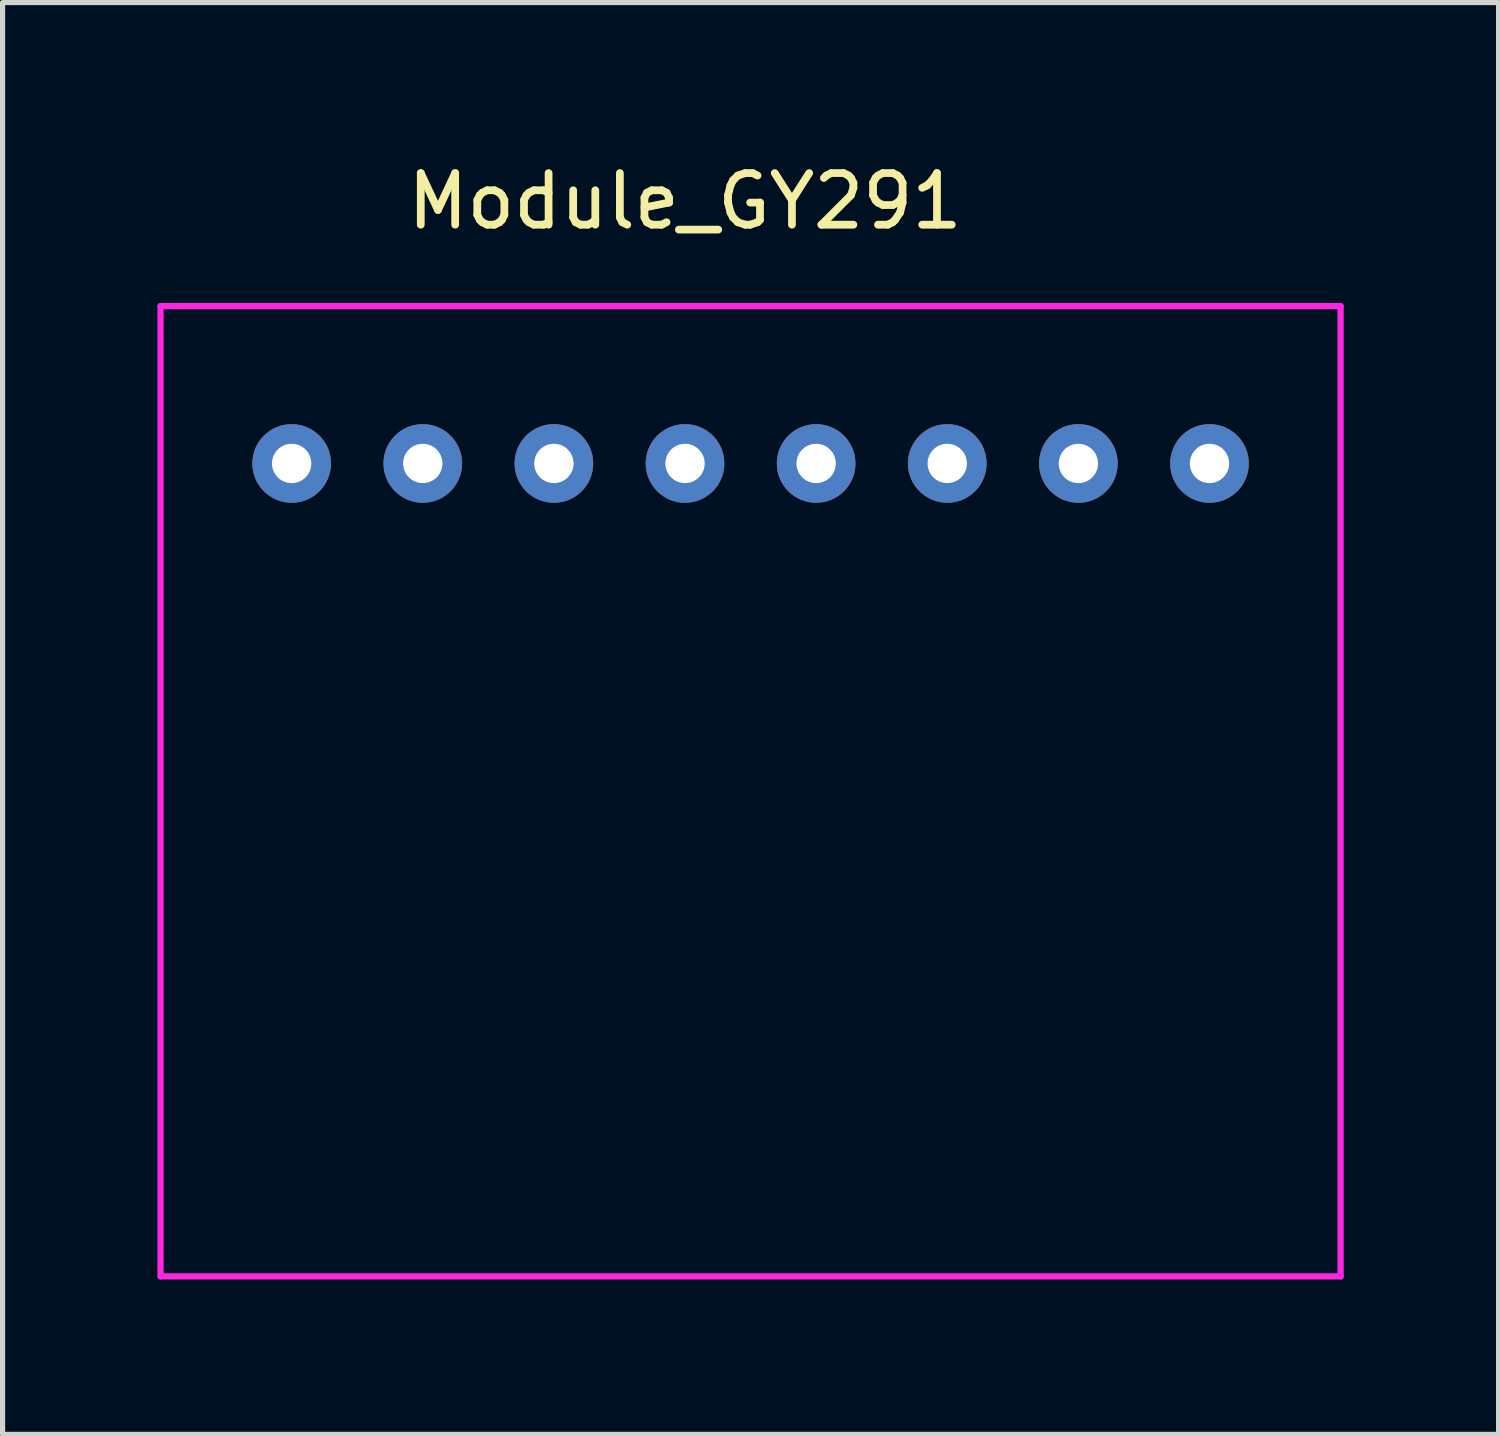
<source format=kicad_pcb>
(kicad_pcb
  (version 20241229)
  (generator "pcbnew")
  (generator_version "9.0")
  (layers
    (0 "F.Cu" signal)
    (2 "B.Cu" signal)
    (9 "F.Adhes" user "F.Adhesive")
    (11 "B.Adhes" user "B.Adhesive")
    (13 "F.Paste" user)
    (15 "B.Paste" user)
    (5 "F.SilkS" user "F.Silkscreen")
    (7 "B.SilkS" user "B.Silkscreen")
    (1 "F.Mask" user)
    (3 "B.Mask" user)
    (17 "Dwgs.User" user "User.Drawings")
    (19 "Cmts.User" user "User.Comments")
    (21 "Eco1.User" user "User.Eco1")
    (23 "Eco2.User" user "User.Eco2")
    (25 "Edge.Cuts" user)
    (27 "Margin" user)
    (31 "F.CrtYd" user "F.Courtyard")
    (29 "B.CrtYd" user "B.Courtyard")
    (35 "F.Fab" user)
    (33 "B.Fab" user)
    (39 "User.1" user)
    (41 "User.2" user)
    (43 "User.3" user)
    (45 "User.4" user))
  (footprint "Module_GY291"
    (layer "F.Cu")
    (at 2.6 5.928)
    (property "Reference" "Module_GY291" (at 7.62 -5.08 0) (layer "F.SilkS") (effects (font (size 1 1) (thickness 0.15))))
    (attr through_hole)
    (fp_line (start -2.54 -3.048) (end 20.32 -3.048) (stroke (width 0.12) (type solid)) (layer "F.CrtYd"))
    (fp_line (start -2.54 15.748) (end -2.54 -3.048) (stroke (width 0.12) (type solid)) (layer "F.CrtYd"))
    (fp_line (start 20.32 -3.048) (end 20.32 15.748) (stroke (width 0.12) (type solid)) (layer "F.CrtYd"))
    (fp_line (start 20.32 15.748) (end -2.54 15.748) (stroke (width 0.12) (type solid)) (layer "F.CrtYd"))
    (pad "1" thru_hole circle (at 17.78 0) (size 1.524 1.524) (drill 0.762) (layers "*.Cu" "*.Mask"))
    (pad "2" thru_hole circle (at 15.24 0) (size 1.524 1.524) (drill 0.762) (layers "*.Cu" "*.Mask"))
    (pad "3" thru_hole circle (at 12.7 0) (size 1.524 1.524) (drill 0.762) (layers "*.Cu" "*.Mask"))
    (pad "4" thru_hole circle (at 10.16 0) (size 1.524 1.524) (drill 0.762) (layers "*.Cu" "*.Mask"))
    (pad "5" thru_hole circle (at 7.62 0) (size 1.524 1.524) (drill 0.762) (layers "*.Cu" "*.Mask"))
    (pad "6" thru_hole circle (at 5.08 0) (size 1.524 1.524) (drill 0.762) (layers "*.Cu" "*.Mask"))
    (pad "7" thru_hole circle (at 2.54 0) (size 1.524 1.524) (drill 0.762) (layers "*.Cu" "*.Mask"))
    (pad "8" thru_hole circle (at 0 0) (size 1.524 1.524) (drill 0.762) (layers "*.Cu" "*.Mask")))
  (gr_rect
    (start -3 -3)
    (end 25.98 24.736)
    (stroke (width 0.1) (type default))
    (fill no)
    (layer "Edge.Cuts")))
</source>
